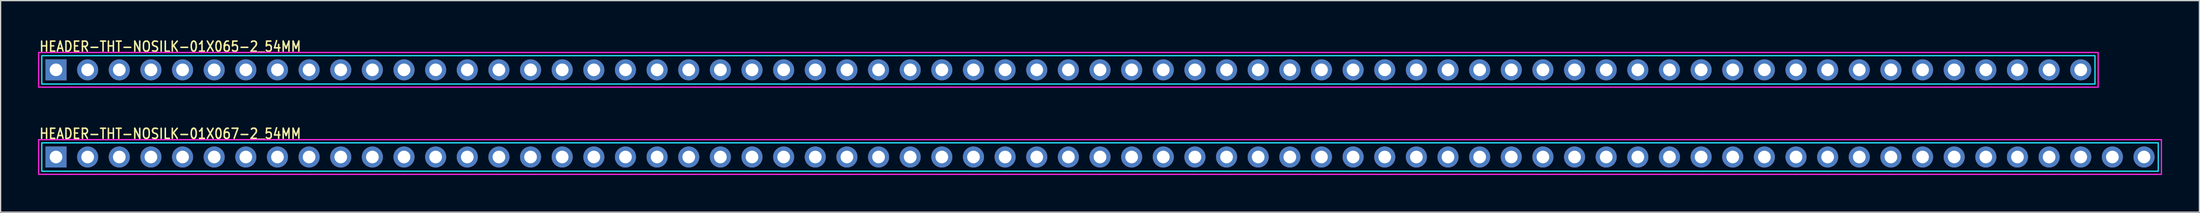
<source format=kicad_pcb>
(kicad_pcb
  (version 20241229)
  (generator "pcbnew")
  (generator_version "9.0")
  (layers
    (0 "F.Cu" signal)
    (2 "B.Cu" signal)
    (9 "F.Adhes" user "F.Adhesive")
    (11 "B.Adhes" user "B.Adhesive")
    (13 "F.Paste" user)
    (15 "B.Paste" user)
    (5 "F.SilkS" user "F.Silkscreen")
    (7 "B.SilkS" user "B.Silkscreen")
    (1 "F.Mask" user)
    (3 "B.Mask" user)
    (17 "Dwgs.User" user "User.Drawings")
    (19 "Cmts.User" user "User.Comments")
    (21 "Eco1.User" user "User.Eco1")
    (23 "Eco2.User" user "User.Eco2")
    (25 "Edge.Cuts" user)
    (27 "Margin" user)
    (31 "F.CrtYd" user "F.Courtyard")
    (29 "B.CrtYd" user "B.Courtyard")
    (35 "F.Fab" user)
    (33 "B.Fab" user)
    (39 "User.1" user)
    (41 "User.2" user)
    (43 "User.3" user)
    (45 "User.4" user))
  (footprint "HEADER-THT-NOSILK-01X065-2_54MM"
    (layer "F.Cu")
    (at 1.447 2.579)
    (property "Reference" "HEADER-THT-NOSILK-01X065-2_54MM" (at -1.4 -1.4 0) (unlocked yes) (layer "F.SilkS") (effects (font (size 0.813 0.695) (thickness 0.122)) (justify left bottom)))
    (fp_poly (pts (xy -1.143 -1.143) (xy 163.703 -1.143) (xy 163.703 1.143) (xy -1.143 1.143)) (stroke (width 0.1) (type solid)) (fill no) (layer "B.CrtYd"))
    (fp_poly (pts (xy -1.397 -1.397) (xy 163.957 -1.397) (xy 163.957 1.397) (xy -1.397 1.397)) (stroke (width 0.1) (type solid)) (fill no) (layer "F.CrtYd"))
    (pad "P$1" thru_hole rect (at 0 0) (size 1.693 1.693) (drill 1.016) (layers "*.Cu" "*.Mask"))
    (pad "P$2" thru_hole oval (at 2.54 0) (size 1.693 1.693) (drill 1.016) (layers "*.Cu" "*.Mask"))
    (pad "P$3" thru_hole oval (at 5.08 0) (size 1.693 1.693) (drill 1.016) (layers "*.Cu" "*.Mask"))
    (pad "P$4" thru_hole oval (at 7.62 0) (size 1.693 1.693) (drill 1.016) (layers "*.Cu" "*.Mask"))
    (pad "P$5" thru_hole oval (at 10.16 0) (size 1.693 1.693) (drill 1.016) (layers "*.Cu" "*.Mask"))
    (pad "P$6" thru_hole oval (at 12.7 0) (size 1.693 1.693) (drill 1.016) (layers "*.Cu" "*.Mask"))
    (pad "P$7" thru_hole oval (at 15.24 0) (size 1.693 1.693) (drill 1.016) (layers "*.Cu" "*.Mask"))
    (pad "P$8" thru_hole oval (at 17.78 0) (size 1.693 1.693) (drill 1.016) (layers "*.Cu" "*.Mask"))
    (pad "P$9" thru_hole oval (at 20.32 0) (size 1.693 1.693) (drill 1.016) (layers "*.Cu" "*.Mask"))
    (pad "P$10" thru_hole oval (at 22.86 0) (size 1.693 1.693) (drill 1.016) (layers "*.Cu" "*.Mask"))
    (pad "P$11" thru_hole oval (at 25.4 0) (size 1.693 1.693) (drill 1.016) (layers "*.Cu" "*.Mask"))
    (pad "P$12" thru_hole oval (at 27.94 0) (size 1.693 1.693) (drill 1.016) (layers "*.Cu" "*.Mask"))
    (pad "P$13" thru_hole oval (at 30.48 0) (size 1.693 1.693) (drill 1.016) (layers "*.Cu" "*.Mask"))
    (pad "P$14" thru_hole oval (at 33.02 0) (size 1.693 1.693) (drill 1.016) (layers "*.Cu" "*.Mask"))
    (pad "P$15" thru_hole oval (at 35.56 0) (size 1.693 1.693) (drill 1.016) (layers "*.Cu" "*.Mask"))
    (pad "P$16" thru_hole oval (at 38.1 0) (size 1.693 1.693) (drill 1.016) (layers "*.Cu" "*.Mask"))
    (pad "P$17" thru_hole oval (at 40.64 0) (size 1.693 1.693) (drill 1.016) (layers "*.Cu" "*.Mask"))
    (pad "P$18" thru_hole oval (at 43.18 0) (size 1.693 1.693) (drill 1.016) (layers "*.Cu" "*.Mask"))
    (pad "P$19" thru_hole oval (at 45.72 0) (size 1.693 1.693) (drill 1.016) (layers "*.Cu" "*.Mask"))
    (pad "P$20" thru_hole oval (at 48.26 0) (size 1.693 1.693) (drill 1.016) (layers "*.Cu" "*.Mask"))
    (pad "P$21" thru_hole oval (at 50.8 0) (size 1.693 1.693) (drill 1.016) (layers "*.Cu" "*.Mask"))
    (pad "P$22" thru_hole oval (at 53.34 0) (size 1.693 1.693) (drill 1.016) (layers "*.Cu" "*.Mask"))
    (pad "P$23" thru_hole oval (at 55.88 0) (size 1.693 1.693) (drill 1.016) (layers "*.Cu" "*.Mask"))
    (pad "P$24" thru_hole oval (at 58.42 0) (size 1.693 1.693) (drill 1.016) (layers "*.Cu" "*.Mask"))
    (pad "P$25" thru_hole oval (at 60.96 0) (size 1.693 1.693) (drill 1.016) (layers "*.Cu" "*.Mask"))
    (pad "P$26" thru_hole oval (at 63.5 0) (size 1.693 1.693) (drill 1.016) (layers "*.Cu" "*.Mask"))
    (pad "P$27" thru_hole oval (at 66.04 0) (size 1.693 1.693) (drill 1.016) (layers "*.Cu" "*.Mask"))
    (pad "P$28" thru_hole oval (at 68.58 0) (size 1.693 1.693) (drill 1.016) (layers "*.Cu" "*.Mask"))
    (pad "P$29" thru_hole oval (at 71.12 0) (size 1.693 1.693) (drill 1.016) (layers "*.Cu" "*.Mask"))
    (pad "P$30" thru_hole oval (at 73.66 0) (size 1.693 1.693) (drill 1.016) (layers "*.Cu" "*.Mask"))
    (pad "P$31" thru_hole oval (at 76.2 0) (size 1.693 1.693) (drill 1.016) (layers "*.Cu" "*.Mask"))
    (pad "P$32" thru_hole oval (at 78.74 0) (size 1.693 1.693) (drill 1.016) (layers "*.Cu" "*.Mask"))
    (pad "P$33" thru_hole oval (at 81.28 0) (size 1.693 1.693) (drill 1.016) (layers "*.Cu" "*.Mask"))
    (pad "P$34" thru_hole oval (at 83.82 0) (size 1.693 1.693) (drill 1.016) (layers "*.Cu" "*.Mask"))
    (pad "P$35" thru_hole oval (at 86.36 0) (size 1.693 1.693) (drill 1.016) (layers "*.Cu" "*.Mask"))
    (pad "P$36" thru_hole oval (at 88.9 0) (size 1.693 1.693) (drill 1.016) (layers "*.Cu" "*.Mask"))
    (pad "P$37" thru_hole oval (at 91.44 0) (size 1.693 1.693) (drill 1.016) (layers "*.Cu" "*.Mask"))
    (pad "P$38" thru_hole oval (at 93.98 0) (size 1.693 1.693) (drill 1.016) (layers "*.Cu" "*.Mask"))
    (pad "P$39" thru_hole oval (at 96.52 0) (size 1.693 1.693) (drill 1.016) (layers "*.Cu" "*.Mask"))
    (pad "P$40" thru_hole oval (at 99.06 0) (size 1.693 1.693) (drill 1.016) (layers "*.Cu" "*.Mask"))
    (pad "P$41" thru_hole oval (at 101.6 0) (size 1.693 1.693) (drill 1.016) (layers "*.Cu" "*.Mask"))
    (pad "P$42" thru_hole oval (at 104.14 0) (size 1.693 1.693) (drill 1.016) (layers "*.Cu" "*.Mask"))
    (pad "P$43" thru_hole oval (at 106.68 0) (size 1.693 1.693) (drill 1.016) (layers "*.Cu" "*.Mask"))
    (pad "P$44" thru_hole oval (at 109.22 0) (size 1.693 1.693) (drill 1.016) (layers "*.Cu" "*.Mask"))
    (pad "P$45" thru_hole oval (at 111.76 0) (size 1.693 1.693) (drill 1.016) (layers "*.Cu" "*.Mask"))
    (pad "P$46" thru_hole oval (at 114.3 0) (size 1.693 1.693) (drill 1.016) (layers "*.Cu" "*.Mask"))
    (pad "P$47" thru_hole oval (at 116.84 0) (size 1.693 1.693) (drill 1.016) (layers "*.Cu" "*.Mask"))
    (pad "P$48" thru_hole oval (at 119.38 0) (size 1.693 1.693) (drill 1.016) (layers "*.Cu" "*.Mask"))
    (pad "P$49" thru_hole oval (at 121.92 0) (size 1.693 1.693) (drill 1.016) (layers "*.Cu" "*.Mask"))
    (pad "P$50" thru_hole oval (at 124.46 0) (size 1.693 1.693) (drill 1.016) (layers "*.Cu" "*.Mask"))
    (pad "P$51" thru_hole oval (at 127 0) (size 1.693 1.693) (drill 1.016) (layers "*.Cu" "*.Mask"))
    (pad "P$52" thru_hole oval (at 129.54 0) (size 1.693 1.693) (drill 1.016) (layers "*.Cu" "*.Mask"))
    (pad "P$53" thru_hole oval (at 132.08 0) (size 1.693 1.693) (drill 1.016) (layers "*.Cu" "*.Mask"))
    (pad "P$54" thru_hole oval (at 134.62 0) (size 1.693 1.693) (drill 1.016) (layers "*.Cu" "*.Mask"))
    (pad "P$55" thru_hole oval (at 137.16 0) (size 1.693 1.693) (drill 1.016) (layers "*.Cu" "*.Mask"))
    (pad "P$56" thru_hole oval (at 139.7 0) (size 1.693 1.693) (drill 1.016) (layers "*.Cu" "*.Mask"))
    (pad "P$57" thru_hole oval (at 142.24 0) (size 1.693 1.693) (drill 1.016) (layers "*.Cu" "*.Mask"))
    (pad "P$58" thru_hole oval (at 144.78 0) (size 1.693 1.693) (drill 1.016) (layers "*.Cu" "*.Mask"))
    (pad "P$59" thru_hole oval (at 147.32 0) (size 1.693 1.693) (drill 1.016) (layers "*.Cu" "*.Mask"))
    (pad "P$60" thru_hole oval (at 149.86 0) (size 1.693 1.693) (drill 1.016) (layers "*.Cu" "*.Mask"))
    (pad "P$61" thru_hole oval (at 152.4 0) (size 1.693 1.693) (drill 1.016) (layers "*.Cu" "*.Mask"))
    (pad "P$62" thru_hole oval (at 154.94 0) (size 1.693 1.693) (drill 1.016) (layers "*.Cu" "*.Mask"))
    (pad "P$63" thru_hole oval (at 157.48 0) (size 1.693 1.693) (drill 1.016) (layers "*.Cu" "*.Mask"))
    (pad "P$64" thru_hole oval (at 160.02 0) (size 1.693 1.693) (drill 1.016) (layers "*.Cu" "*.Mask"))
    (pad "P$65" thru_hole oval (at 162.56 0) (size 1.693 1.693) (drill 1.016) (layers "*.Cu" "*.Mask")))
  (footprint "HEADER-THT-NOSILK-01X067-2_54MM"
    (layer "F.Cu")
    (at 1.447 9.604)
    (property "Reference" "HEADER-THT-NOSILK-01X067-2_54MM" (at -1.4 -1.4 0) (unlocked yes) (layer "F.SilkS") (effects (font (size 0.813 0.695) (thickness 0.122)) (justify left bottom)))
    (fp_poly (pts (xy -1.143 -1.143) (xy 168.783 -1.143) (xy 168.783 1.143) (xy -1.143 1.143)) (stroke (width 0.1) (type solid)) (fill no) (layer "B.CrtYd"))
    (fp_poly (pts (xy -1.397 -1.397) (xy 169.037 -1.397) (xy 169.037 1.397) (xy -1.397 1.397)) (stroke (width 0.1) (type solid)) (fill no) (layer "F.CrtYd"))
    (pad "P$1" thru_hole rect (at 0 0) (size 1.693 1.693) (drill 1.016) (layers "*.Cu" "*.Mask"))
    (pad "P$2" thru_hole oval (at 2.54 0) (size 1.693 1.693) (drill 1.016) (layers "*.Cu" "*.Mask"))
    (pad "P$3" thru_hole oval (at 5.08 0) (size 1.693 1.693) (drill 1.016) (layers "*.Cu" "*.Mask"))
    (pad "P$4" thru_hole oval (at 7.62 0) (size 1.693 1.693) (drill 1.016) (layers "*.Cu" "*.Mask"))
    (pad "P$5" thru_hole oval (at 10.16 0) (size 1.693 1.693) (drill 1.016) (layers "*.Cu" "*.Mask"))
    (pad "P$6" thru_hole oval (at 12.7 0) (size 1.693 1.693) (drill 1.016) (layers "*.Cu" "*.Mask"))
    (pad "P$7" thru_hole oval (at 15.24 0) (size 1.693 1.693) (drill 1.016) (layers "*.Cu" "*.Mask"))
    (pad "P$8" thru_hole oval (at 17.78 0) (size 1.693 1.693) (drill 1.016) (layers "*.Cu" "*.Mask"))
    (pad "P$9" thru_hole oval (at 20.32 0) (size 1.693 1.693) (drill 1.016) (layers "*.Cu" "*.Mask"))
    (pad "P$10" thru_hole oval (at 22.86 0) (size 1.693 1.693) (drill 1.016) (layers "*.Cu" "*.Mask"))
    (pad "P$11" thru_hole oval (at 25.4 0) (size 1.693 1.693) (drill 1.016) (layers "*.Cu" "*.Mask"))
    (pad "P$12" thru_hole oval (at 27.94 0) (size 1.693 1.693) (drill 1.016) (layers "*.Cu" "*.Mask"))
    (pad "P$13" thru_hole oval (at 30.48 0) (size 1.693 1.693) (drill 1.016) (layers "*.Cu" "*.Mask"))
    (pad "P$14" thru_hole oval (at 33.02 0) (size 1.693 1.693) (drill 1.016) (layers "*.Cu" "*.Mask"))
    (pad "P$15" thru_hole oval (at 35.56 0) (size 1.693 1.693) (drill 1.016) (layers "*.Cu" "*.Mask"))
    (pad "P$16" thru_hole oval (at 38.1 0) (size 1.693 1.693) (drill 1.016) (layers "*.Cu" "*.Mask"))
    (pad "P$17" thru_hole oval (at 40.64 0) (size 1.693 1.693) (drill 1.016) (layers "*.Cu" "*.Mask"))
    (pad "P$18" thru_hole oval (at 43.18 0) (size 1.693 1.693) (drill 1.016) (layers "*.Cu" "*.Mask"))
    (pad "P$19" thru_hole oval (at 45.72 0) (size 1.693 1.693) (drill 1.016) (layers "*.Cu" "*.Mask"))
    (pad "P$20" thru_hole oval (at 48.26 0) (size 1.693 1.693) (drill 1.016) (layers "*.Cu" "*.Mask"))
    (pad "P$21" thru_hole oval (at 50.8 0) (size 1.693 1.693) (drill 1.016) (layers "*.Cu" "*.Mask"))
    (pad "P$22" thru_hole oval (at 53.34 0) (size 1.693 1.693) (drill 1.016) (layers "*.Cu" "*.Mask"))
    (pad "P$23" thru_hole oval (at 55.88 0) (size 1.693 1.693) (drill 1.016) (layers "*.Cu" "*.Mask"))
    (pad "P$24" thru_hole oval (at 58.42 0) (size 1.693 1.693) (drill 1.016) (layers "*.Cu" "*.Mask"))
    (pad "P$25" thru_hole oval (at 60.96 0) (size 1.693 1.693) (drill 1.016) (layers "*.Cu" "*.Mask"))
    (pad "P$26" thru_hole oval (at 63.5 0) (size 1.693 1.693) (drill 1.016) (layers "*.Cu" "*.Mask"))
    (pad "P$27" thru_hole oval (at 66.04 0) (size 1.693 1.693) (drill 1.016) (layers "*.Cu" "*.Mask"))
    (pad "P$28" thru_hole oval (at 68.58 0) (size 1.693 1.693) (drill 1.016) (layers "*.Cu" "*.Mask"))
    (pad "P$29" thru_hole oval (at 71.12 0) (size 1.693 1.693) (drill 1.016) (layers "*.Cu" "*.Mask"))
    (pad "P$30" thru_hole oval (at 73.66 0) (size 1.693 1.693) (drill 1.016) (layers "*.Cu" "*.Mask"))
    (pad "P$31" thru_hole oval (at 76.2 0) (size 1.693 1.693) (drill 1.016) (layers "*.Cu" "*.Mask"))
    (pad "P$32" thru_hole oval (at 78.74 0) (size 1.693 1.693) (drill 1.016) (layers "*.Cu" "*.Mask"))
    (pad "P$33" thru_hole oval (at 81.28 0) (size 1.693 1.693) (drill 1.016) (layers "*.Cu" "*.Mask"))
    (pad "P$34" thru_hole oval (at 83.82 0) (size 1.693 1.693) (drill 1.016) (layers "*.Cu" "*.Mask"))
    (pad "P$35" thru_hole oval (at 86.36 0) (size 1.693 1.693) (drill 1.016) (layers "*.Cu" "*.Mask"))
    (pad "P$36" thru_hole oval (at 88.9 0) (size 1.693 1.693) (drill 1.016) (layers "*.Cu" "*.Mask"))
    (pad "P$37" thru_hole oval (at 91.44 0) (size 1.693 1.693) (drill 1.016) (layers "*.Cu" "*.Mask"))
    (pad "P$38" thru_hole oval (at 93.98 0) (size 1.693 1.693) (drill 1.016) (layers "*.Cu" "*.Mask"))
    (pad "P$39" thru_hole oval (at 96.52 0) (size 1.693 1.693) (drill 1.016) (layers "*.Cu" "*.Mask"))
    (pad "P$40" thru_hole oval (at 99.06 0) (size 1.693 1.693) (drill 1.016) (layers "*.Cu" "*.Mask"))
    (pad "P$41" thru_hole oval (at 101.6 0) (size 1.693 1.693) (drill 1.016) (layers "*.Cu" "*.Mask"))
    (pad "P$42" thru_hole oval (at 104.14 0) (size 1.693 1.693) (drill 1.016) (layers "*.Cu" "*.Mask"))
    (pad "P$43" thru_hole oval (at 106.68 0) (size 1.693 1.693) (drill 1.016) (layers "*.Cu" "*.Mask"))
    (pad "P$44" thru_hole oval (at 109.22 0) (size 1.693 1.693) (drill 1.016) (layers "*.Cu" "*.Mask"))
    (pad "P$45" thru_hole oval (at 111.76 0) (size 1.693 1.693) (drill 1.016) (layers "*.Cu" "*.Mask"))
    (pad "P$46" thru_hole oval (at 114.3 0) (size 1.693 1.693) (drill 1.016) (layers "*.Cu" "*.Mask"))
    (pad "P$47" thru_hole oval (at 116.84 0) (size 1.693 1.693) (drill 1.016) (layers "*.Cu" "*.Mask"))
    (pad "P$48" thru_hole oval (at 119.38 0) (size 1.693 1.693) (drill 1.016) (layers "*.Cu" "*.Mask"))
    (pad "P$49" thru_hole oval (at 121.92 0) (size 1.693 1.693) (drill 1.016) (layers "*.Cu" "*.Mask"))
    (pad "P$50" thru_hole oval (at 124.46 0) (size 1.693 1.693) (drill 1.016) (layers "*.Cu" "*.Mask"))
    (pad "P$51" thru_hole oval (at 127 0) (size 1.693 1.693) (drill 1.016) (layers "*.Cu" "*.Mask"))
    (pad "P$52" thru_hole oval (at 129.54 0) (size 1.693 1.693) (drill 1.016) (layers "*.Cu" "*.Mask"))
    (pad "P$53" thru_hole oval (at 132.08 0) (size 1.693 1.693) (drill 1.016) (layers "*.Cu" "*.Mask"))
    (pad "P$54" thru_hole oval (at 134.62 0) (size 1.693 1.693) (drill 1.016) (layers "*.Cu" "*.Mask"))
    (pad "P$55" thru_hole oval (at 137.16 0) (size 1.693 1.693) (drill 1.016) (layers "*.Cu" "*.Mask"))
    (pad "P$56" thru_hole oval (at 139.7 0) (size 1.693 1.693) (drill 1.016) (layers "*.Cu" "*.Mask"))
    (pad "P$57" thru_hole oval (at 142.24 0) (size 1.693 1.693) (drill 1.016) (layers "*.Cu" "*.Mask"))
    (pad "P$58" thru_hole oval (at 144.78 0) (size 1.693 1.693) (drill 1.016) (layers "*.Cu" "*.Mask"))
    (pad "P$59" thru_hole oval (at 147.32 0) (size 1.693 1.693) (drill 1.016) (layers "*.Cu" "*.Mask"))
    (pad "P$60" thru_hole oval (at 149.86 0) (size 1.693 1.693) (drill 1.016) (layers "*.Cu" "*.Mask"))
    (pad "P$61" thru_hole oval (at 152.4 0) (size 1.693 1.693) (drill 1.016) (layers "*.Cu" "*.Mask"))
    (pad "P$62" thru_hole oval (at 154.94 0) (size 1.693 1.693) (drill 1.016) (layers "*.Cu" "*.Mask"))
    (pad "P$63" thru_hole oval (at 157.48 0) (size 1.693 1.693) (drill 1.016) (layers "*.Cu" "*.Mask"))
    (pad "P$64" thru_hole oval (at 160.02 0) (size 1.693 1.693) (drill 1.016) (layers "*.Cu" "*.Mask"))
    (pad "P$65" thru_hole oval (at 162.56 0) (size 1.693 1.693) (drill 1.016) (layers "*.Cu" "*.Mask"))
    (pad "P$66" thru_hole oval (at 165.1 0) (size 1.693 1.693) (drill 1.016) (layers "*.Cu" "*.Mask"))
    (pad "P$67" thru_hole oval (at 167.64 0) (size 1.693 1.693) (drill 1.016) (layers "*.Cu" "*.Mask")))
  (gr_rect
    (start -3 -3)
    (end 173.534 14.051)
    (stroke (width 0.1) (type default))
    (fill no)
    (layer "Edge.Cuts")))
</source>
